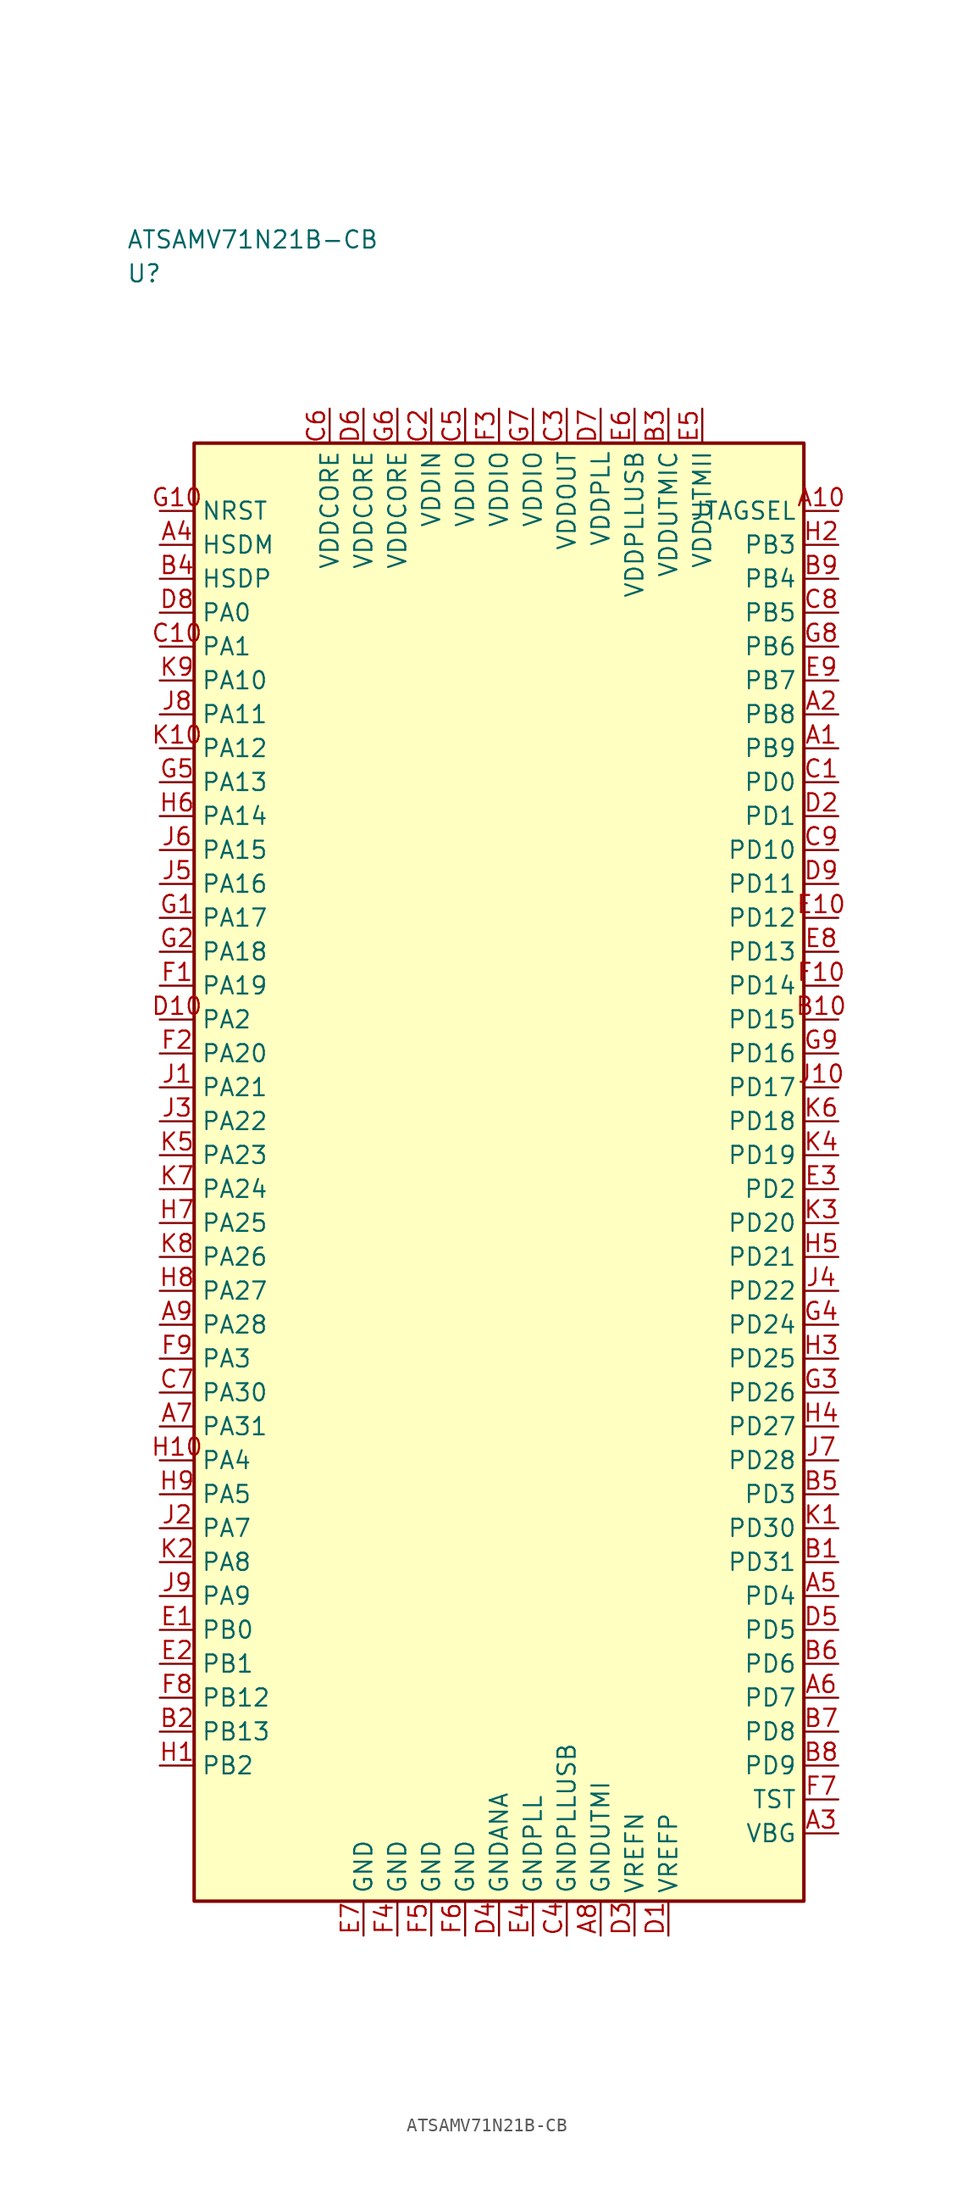
<source format=kicad_sym>
(kicad_symbol_lib
  (version 20241025)
  (generator "kicad_symbol_editor")
  (generator_version "8.0")
  (symbol "ATSAMV71N21B-CB"
    (property "Reference" "U"
      (at -27.5 66.25 0)
      (effects (font (size 1.27 1.27)) (justify left)))
    (property "Value" "ATSAMV71N21B-CB"
      (at -27.5 68.75 0)
      (effects (font (size 1.27 1.27)) (justify left)))
    (symbol "ATSAMV71N21B-CB_0_1"
      (rectangle (start -22.5 53.75) (end 22.5 -53.75) (stroke (width 0.254) (type default)) (fill (type background))))
    (symbol "ATSAMV71N21B-CB_1_1"
      (pin bidirectional line (at -25.04 41.25 0.0) (length 2.54) (name "PA0" (effects (font (size 1.27 1.27)))) (number "D8" (effects (font (size 1.27 1.27)))))
      (pin bidirectional line (at -25.04 38.75 0.0) (length 2.54) (name "PA1" (effects (font (size 1.27 1.27)))) (number "C10" (effects (font (size 1.27 1.27)))))
      (pin bidirectional line (at -25.04 11.25 0.0) (length 2.54) (name "PA2" (effects (font (size 1.27 1.27)))) (number "D10" (effects (font (size 1.27 1.27)))))
      (pin bidirectional line (at -25.04 -13.75 0.0) (length 2.54) (name "PA3" (effects (font (size 1.27 1.27)))) (number "F9" (effects (font (size 1.27 1.27)))))
      (pin bidirectional line (at -25.04 -21.25 0.0) (length 2.54) (name "PA4" (effects (font (size 1.27 1.27)))) (number "H10" (effects (font (size 1.27 1.27)))))
      (pin bidirectional line (at -25.04 -23.75 0.0) (length 2.54) (name "PA5" (effects (font (size 1.27 1.27)))) (number "H9" (effects (font (size 1.27 1.27)))))
      (pin bidirectional line (at -25.04 -26.25 0.0) (length 2.54) (name "PA7" (effects (font (size 1.27 1.27)))) (number "J2" (effects (font (size 1.27 1.27)))))
      (pin bidirectional line (at -25.04 -28.75 0.0) (length 2.54) (name "PA8" (effects (font (size 1.27 1.27)))) (number "K2" (effects (font (size 1.27 1.27)))))
      (pin bidirectional line (at -25.04 -31.25 0.0) (length 2.54) (name "PA9" (effects (font (size 1.27 1.27)))) (number "J9" (effects (font (size 1.27 1.27)))))
      (pin bidirectional line (at -25.04 36.25 0.0) (length 2.54) (name "PA10" (effects (font (size 1.27 1.27)))) (number "K9" (effects (font (size 1.27 1.27)))))
      (pin bidirectional line (at -25.04 33.75 0.0) (length 2.54) (name "PA11" (effects (font (size 1.27 1.27)))) (number "J8" (effects (font (size 1.27 1.27)))))
      (pin bidirectional line (at -25.04 31.25 0.0) (length 2.54) (name "PA12" (effects (font (size 1.27 1.27)))) (number "K10" (effects (font (size 1.27 1.27)))))
      (pin bidirectional line (at -25.04 28.75 0.0) (length 2.54) (name "PA13" (effects (font (size 1.27 1.27)))) (number "G5" (effects (font (size 1.27 1.27)))))
      (pin bidirectional line (at -25.04 26.25 0.0) (length 2.54) (name "PA14" (effects (font (size 1.27 1.27)))) (number "H6" (effects (font (size 1.27 1.27)))))
      (pin bidirectional line (at -25.04 23.75 0.0) (length 2.54) (name "PA15" (effects (font (size 1.27 1.27)))) (number "J6" (effects (font (size 1.27 1.27)))))
      (pin bidirectional line (at -25.04 21.25 0.0) (length 2.54) (name "PA16" (effects (font (size 1.27 1.27)))) (number "J5" (effects (font (size 1.27 1.27)))))
      (pin bidirectional line (at -25.04 18.75 0.0) (length 2.54) (name "PA17" (effects (font (size 1.27 1.27)))) (number "G1" (effects (font (size 1.27 1.27)))))
      (pin bidirectional line (at -25.04 16.25 0.0) (length 2.54) (name "PA18" (effects (font (size 1.27 1.27)))) (number "G2" (effects (font (size 1.27 1.27)))))
      (pin bidirectional line (at -25.04 13.75 0.0) (length 2.54) (name "PA19" (effects (font (size 1.27 1.27)))) (number "F1" (effects (font (size 1.27 1.27)))))
      (pin bidirectional line (at -25.04 8.75 0.0) (length 2.54) (name "PA20" (effects (font (size 1.27 1.27)))) (number "F2" (effects (font (size 1.27 1.27)))))
      (pin bidirectional line (at -25.04 6.25 0.0) (length 2.54) (name "PA21" (effects (font (size 1.27 1.27)))) (number "J1" (effects (font (size 1.27 1.27)))))
      (pin bidirectional line (at -25.04 3.75 0.0) (length 2.54) (name "PA22" (effects (font (size 1.27 1.27)))) (number "J3" (effects (font (size 1.27 1.27)))))
      (pin bidirectional line (at -25.04 1.25 0.0) (length 2.54) (name "PA23" (effects (font (size 1.27 1.27)))) (number "K5" (effects (font (size 1.27 1.27)))))
      (pin bidirectional line (at -25.04 -1.25 0.0) (length 2.54) (name "PA24" (effects (font (size 1.27 1.27)))) (number "K7" (effects (font (size 1.27 1.27)))))
      (pin bidirectional line (at -25.04 -3.75 0.0) (length 2.54) (name "PA25" (effects (font (size 1.27 1.27)))) (number "H7" (effects (font (size 1.27 1.27)))))
      (pin bidirectional line (at -25.04 -6.25 0.0) (length 2.54) (name "PA26" (effects (font (size 1.27 1.27)))) (number "K8" (effects (font (size 1.27 1.27)))))
      (pin bidirectional line (at -25.04 -8.75 0.0) (length 2.54) (name "PA27" (effects (font (size 1.27 1.27)))) (number "H8" (effects (font (size 1.27 1.27)))))
      (pin bidirectional line (at -25.04 -11.25 0.0) (length 2.54) (name "PA28" (effects (font (size 1.27 1.27)))) (number "A9" (effects (font (size 1.27 1.27)))))
      (pin bidirectional line (at -25.04 -16.25 0.0) (length 2.54) (name "PA30" (effects (font (size 1.27 1.27)))) (number "C7" (effects (font (size 1.27 1.27)))))
      (pin bidirectional line (at -25.04 -18.75 0.0) (length 2.54) (name "PA31" (effects (font (size 1.27 1.27)))) (number "A7" (effects (font (size 1.27 1.27)))))
      (pin bidirectional line (at -25.04 -33.75 0.0) (length 2.54) (name "PB0" (effects (font (size 1.27 1.27)))) (number "E1" (effects (font (size 1.27 1.27)))))
      (pin bidirectional line (at -25.04 -36.25 0.0) (length 2.54) (name "PB1" (effects (font (size 1.27 1.27)))) (number "E2" (effects (font (size 1.27 1.27)))))
      (pin bidirectional line (at -25.04 -43.75 0.0) (length 2.54) (name "PB2" (effects (font (size 1.27 1.27)))) (number "H1" (effects (font (size 1.27 1.27)))))
      (pin bidirectional line (at 25.04 46.25 180.0) (length 2.54) (name "PB3" (effects (font (size 1.27 1.27)))) (number "H2" (effects (font (size 1.27 1.27)))))
      (pin bidirectional line (at 25.04 43.75 180.0) (length 2.54) (name "PB4" (effects (font (size 1.27 1.27)))) (number "B9" (effects (font (size 1.27 1.27)))))
      (pin bidirectional line (at 25.04 41.25 180.0) (length 2.54) (name "PB5" (effects (font (size 1.27 1.27)))) (number "C8" (effects (font (size 1.27 1.27)))))
      (pin bidirectional line (at 25.04 38.75 180.0) (length 2.54) (name "PB6" (effects (font (size 1.27 1.27)))) (number "G8" (effects (font (size 1.27 1.27)))))
      (pin bidirectional line (at 25.04 36.25 180.0) (length 2.54) (name "PB7" (effects (font (size 1.27 1.27)))) (number "E9" (effects (font (size 1.27 1.27)))))
      (pin bidirectional line (at 25.04 33.75 180.0) (length 2.54) (name "PB8" (effects (font (size 1.27 1.27)))) (number "A2" (effects (font (size 1.27 1.27)))))
      (pin bidirectional line (at 25.04 31.25 180.0) (length 2.54) (name "PB9" (effects (font (size 1.27 1.27)))) (number "A1" (effects (font (size 1.27 1.27)))))
      (pin bidirectional line (at -25.04 -38.75 0.0) (length 2.54) (name "PB12" (effects (font (size 1.27 1.27)))) (number "F8" (effects (font (size 1.27 1.27)))))
      (pin bidirectional line (at -25.04 -41.25 0.0) (length 2.54) (name "PB13" (effects (font (size 1.27 1.27)))) (number "B2" (effects (font (size 1.27 1.27)))))
      (pin bidirectional line (at 25.04 28.75 180.0) (length 2.54) (name "PD0" (effects (font (size 1.27 1.27)))) (number "C1" (effects (font (size 1.27 1.27)))))
      (pin bidirectional line (at 25.04 26.25 180.0) (length 2.54) (name "PD1" (effects (font (size 1.27 1.27)))) (number "D2" (effects (font (size 1.27 1.27)))))
      (pin bidirectional line (at 25.04 -1.25 180.0) (length 2.54) (name "PD2" (effects (font (size 1.27 1.27)))) (number "E3" (effects (font (size 1.27 1.27)))))
      (pin bidirectional line (at 25.04 -23.75 180.0) (length 2.54) (name "PD3" (effects (font (size 1.27 1.27)))) (number "B5" (effects (font (size 1.27 1.27)))))
      (pin bidirectional line (at 25.04 -31.25 180.0) (length 2.54) (name "PD4" (effects (font (size 1.27 1.27)))) (number "A5" (effects (font (size 1.27 1.27)))))
      (pin bidirectional line (at 25.04 -33.75 180.0) (length 2.54) (name "PD5" (effects (font (size 1.27 1.27)))) (number "D5" (effects (font (size 1.27 1.27)))))
      (pin bidirectional line (at 25.04 -36.25 180.0) (length 2.54) (name "PD6" (effects (font (size 1.27 1.27)))) (number "B6" (effects (font (size 1.27 1.27)))))
      (pin bidirectional line (at 25.04 -38.75 180.0) (length 2.54) (name "PD7" (effects (font (size 1.27 1.27)))) (number "A6" (effects (font (size 1.27 1.27)))))
      (pin bidirectional line (at 25.04 -41.25 180.0) (length 2.54) (name "PD8" (effects (font (size 1.27 1.27)))) (number "B7" (effects (font (size 1.27 1.27)))))
      (pin bidirectional line (at 25.04 -43.75 180.0) (length 2.54) (name "PD9" (effects (font (size 1.27 1.27)))) (number "B8" (effects (font (size 1.27 1.27)))))
      (pin bidirectional line (at 25.04 23.75 180.0) (length 2.54) (name "PD10" (effects (font (size 1.27 1.27)))) (number "C9" (effects (font (size 1.27 1.27)))))
      (pin bidirectional line (at 25.04 21.25 180.0) (length 2.54) (name "PD11" (effects (font (size 1.27 1.27)))) (number "D9" (effects (font (size 1.27 1.27)))))
      (pin bidirectional line (at 25.04 18.75 180.0) (length 2.54) (name "PD12" (effects (font (size 1.27 1.27)))) (number "E10" (effects (font (size 1.27 1.27)))))
      (pin bidirectional line (at 25.04 16.25 180.0) (length 2.54) (name "PD13" (effects (font (size 1.27 1.27)))) (number "E8" (effects (font (size 1.27 1.27)))))
      (pin bidirectional line (at 25.04 13.75 180.0) (length 2.54) (name "PD14" (effects (font (size 1.27 1.27)))) (number "F10" (effects (font (size 1.27 1.27)))))
      (pin bidirectional line (at 25.04 11.25 180.0) (length 2.54) (name "PD15" (effects (font (size 1.27 1.27)))) (number "B10" (effects (font (size 1.27 1.27)))))
      (pin bidirectional line (at 25.04 8.75 180.0) (length 2.54) (name "PD16" (effects (font (size 1.27 1.27)))) (number "G9" (effects (font (size 1.27 1.27)))))
      (pin bidirectional line (at 25.04 6.25 180.0) (length 2.54) (name "PD17" (effects (font (size 1.27 1.27)))) (number "J10" (effects (font (size 1.27 1.27)))))
      (pin bidirectional line (at 25.04 3.75 180.0) (length 2.54) (name "PD18" (effects (font (size 1.27 1.27)))) (number "K6" (effects (font (size 1.27 1.27)))))
      (pin bidirectional line (at 25.04 1.25 180.0) (length 2.54) (name "PD19" (effects (font (size 1.27 1.27)))) (number "K4" (effects (font (size 1.27 1.27)))))
      (pin bidirectional line (at 25.04 -3.75 180.0) (length 2.54) (name "PD20" (effects (font (size 1.27 1.27)))) (number "K3" (effects (font (size 1.27 1.27)))))
      (pin bidirectional line (at 25.04 -6.25 180.0) (length 2.54) (name "PD21" (effects (font (size 1.27 1.27)))) (number "H5" (effects (font (size 1.27 1.27)))))
      (pin bidirectional line (at 25.04 -8.75 180.0) (length 2.54) (name "PD22" (effects (font (size 1.27 1.27)))) (number "J4" (effects (font (size 1.27 1.27)))))
      (pin bidirectional line (at 25.04 -11.25 180.0) (length 2.54) (name "PD24" (effects (font (size 1.27 1.27)))) (number "G4" (effects (font (size 1.27 1.27)))))
      (pin bidirectional line (at 25.04 -13.75 180.0) (length 2.54) (name "PD25" (effects (font (size 1.27 1.27)))) (number "H3" (effects (font (size 1.27 1.27)))))
      (pin bidirectional line (at 25.04 -16.25 180.0) (length 2.54) (name "PD26" (effects (font (size 1.27 1.27)))) (number "G3" (effects (font (size 1.27 1.27)))))
      (pin bidirectional line (at 25.04 -18.75 180.0) (length 2.54) (name "PD27" (effects (font (size 1.27 1.27)))) (number "H4" (effects (font (size 1.27 1.27)))))
      (pin bidirectional line (at 25.04 -21.25 180.0) (length 2.54) (name "PD28" (effects (font (size 1.27 1.27)))) (number "J7" (effects (font (size 1.27 1.27)))))
      (pin bidirectional line (at 25.04 -26.25 180.0) (length 2.54) (name "PD30" (effects (font (size 1.27 1.27)))) (number "K1" (effects (font (size 1.27 1.27)))))
      (pin bidirectional line (at 25.04 -28.75 180.0) (length 2.54) (name "PD31" (effects (font (size 1.27 1.27)))) (number "B1" (effects (font (size 1.27 1.27)))))
      (pin power_in line (at 5.0 56.29 270.0) (length 2.54) (name "VDDOUT" (effects (font (size 1.27 1.27)))) (number "C3" (effects (font (size 1.27 1.27)))))
      (pin power_in line (at -5.0 56.29 270.0) (length 2.54) (name "VDDIN" (effects (font (size 1.27 1.27)))) (number "C2" (effects (font (size 1.27 1.27)))))
      (pin passive line (at 10.0 -56.29 90.0) (length 2.54) (name "VREFN" (effects (font (size 1.27 1.27)))) (number "D3" (effects (font (size 1.27 1.27)))))
      (pin passive line (at 12.5 -56.29 90.0) (length 2.54) (name "VREFP" (effects (font (size 1.27 1.27)))) (number "D1" (effects (font (size 1.27 1.27)))))
      (pin input line (at -25.04 48.75 0.0) (length 2.54) (name "NRST" (effects (font (size 1.27 1.27)))) (number "G10" (effects (font (size 1.27 1.27)))))
      (pin bidirectional line (at 25.04 -46.25 180.0) (length 2.54) (name "TST" (effects (font (size 1.27 1.27)))) (number "F7" (effects (font (size 1.27 1.27)))))
      (pin power_in line (at -2.5 56.29 270.0) (length 2.54) (name "VDDIO" (effects (font (size 1.27 1.27)))) (number "C5" (effects (font (size 1.27 1.27)))))
      (pin power_in line (at 0.0 56.29 270.0) (length 2.54) (name "VDDIO" (effects (font (size 1.27 1.27)))) (number "F3" (effects (font (size 1.27 1.27)))))
      (pin power_in line (at 2.5 56.29 270.0) (length 2.54) (name "VDDIO" (effects (font (size 1.27 1.27)))) (number "G7" (effects (font (size 1.27 1.27)))))
      (pin output line (at 25.04 48.75 180.0) (length 2.54) (name "JTAGSEL" (effects (font (size 1.27 1.27)))) (number "A10" (effects (font (size 1.27 1.27)))))
      (pin power_in line (at -12.5 56.29 270.0) (length 2.54) (name "VDDCORE" (effects (font (size 1.27 1.27)))) (number "C6" (effects (font (size 1.27 1.27)))))
      (pin power_in line (at -10.0 56.29 270.0) (length 2.54) (name "VDDCORE" (effects (font (size 1.27 1.27)))) (number "D6" (effects (font (size 1.27 1.27)))))
      (pin power_in line (at -7.5 56.29 270.0) (length 2.54) (name "VDDCORE" (effects (font (size 1.27 1.27)))) (number "G6" (effects (font (size 1.27 1.27)))))
      (pin power_in line (at 7.5 56.29 270.0) (length 2.54) (name "VDDPLL" (effects (font (size 1.27 1.27)))) (number "D7" (effects (font (size 1.27 1.27)))))
      (pin power_in line (at 15.0 56.29 270.0) (length 2.54) (name "VDDUTMII" (effects (font (size 1.27 1.27)))) (number "E5" (effects (font (size 1.27 1.27)))))
      (pin bidirectional line (at -25.04 46.25 0.0) (length 2.54) (name "HSDM" (effects (font (size 1.27 1.27)))) (number "A4" (effects (font (size 1.27 1.27)))))
      (pin bidirectional line (at -25.04 43.75 0.0) (length 2.54) (name "HSDP" (effects (font (size 1.27 1.27)))) (number "B4" (effects (font (size 1.27 1.27)))))
      (pin passive line (at -10.0 -56.29 90.0) (length 2.54) (name "GND" (effects (font (size 1.27 1.27)))) (number "E7" (effects (font (size 1.27 1.27)))))
      (pin passive line (at -7.5 -56.29 90.0) (length 2.54) (name "GND" (effects (font (size 1.27 1.27)))) (number "F4" (effects (font (size 1.27 1.27)))))
      (pin passive line (at -5.0 -56.29 90.0) (length 2.54) (name "GND" (effects (font (size 1.27 1.27)))) (number "F5" (effects (font (size 1.27 1.27)))))
      (pin passive line (at -2.5 -56.29 90.0) (length 2.54) (name "GND" (effects (font (size 1.27 1.27)))) (number "F6" (effects (font (size 1.27 1.27)))))
      (pin passive line (at 0.0 -56.29 90.0) (length 2.54) (name "GNDANA" (effects (font (size 1.27 1.27)))) (number "D4" (effects (font (size 1.27 1.27)))))
      (pin passive line (at 7.5 -56.29 90.0) (length 2.54) (name "GNDUTMI" (effects (font (size 1.27 1.27)))) (number "A8" (effects (font (size 1.27 1.27)))))
      (pin passive line (at 5.0 -56.29 90.0) (length 2.54) (name "GNDPLLUSB" (effects (font (size 1.27 1.27)))) (number "C4" (effects (font (size 1.27 1.27)))))
      (pin passive line (at 2.5 -56.29 90.0) (length 2.54) (name "GNDPLL" (effects (font (size 1.27 1.27)))) (number "E4" (effects (font (size 1.27 1.27)))))
      (pin power_in line (at 12.5 56.29 270.0) (length 2.54) (name "VDDUTMIC" (effects (font (size 1.27 1.27)))) (number "B3" (effects (font (size 1.27 1.27)))))
      (pin bidirectional line (at 25.04 -48.75 180.0) (length 2.54) (name "VBG" (effects (font (size 1.27 1.27)))) (number "A3" (effects (font (size 1.27 1.27)))))
      (pin power_in line (at 10.0 56.29 270.0) (length 2.54) (name "VDDPLLUSB" (effects (font (size 1.27 1.27)))) (number "E6" (effects (font (size 1.27 1.27))))))))
</source>
